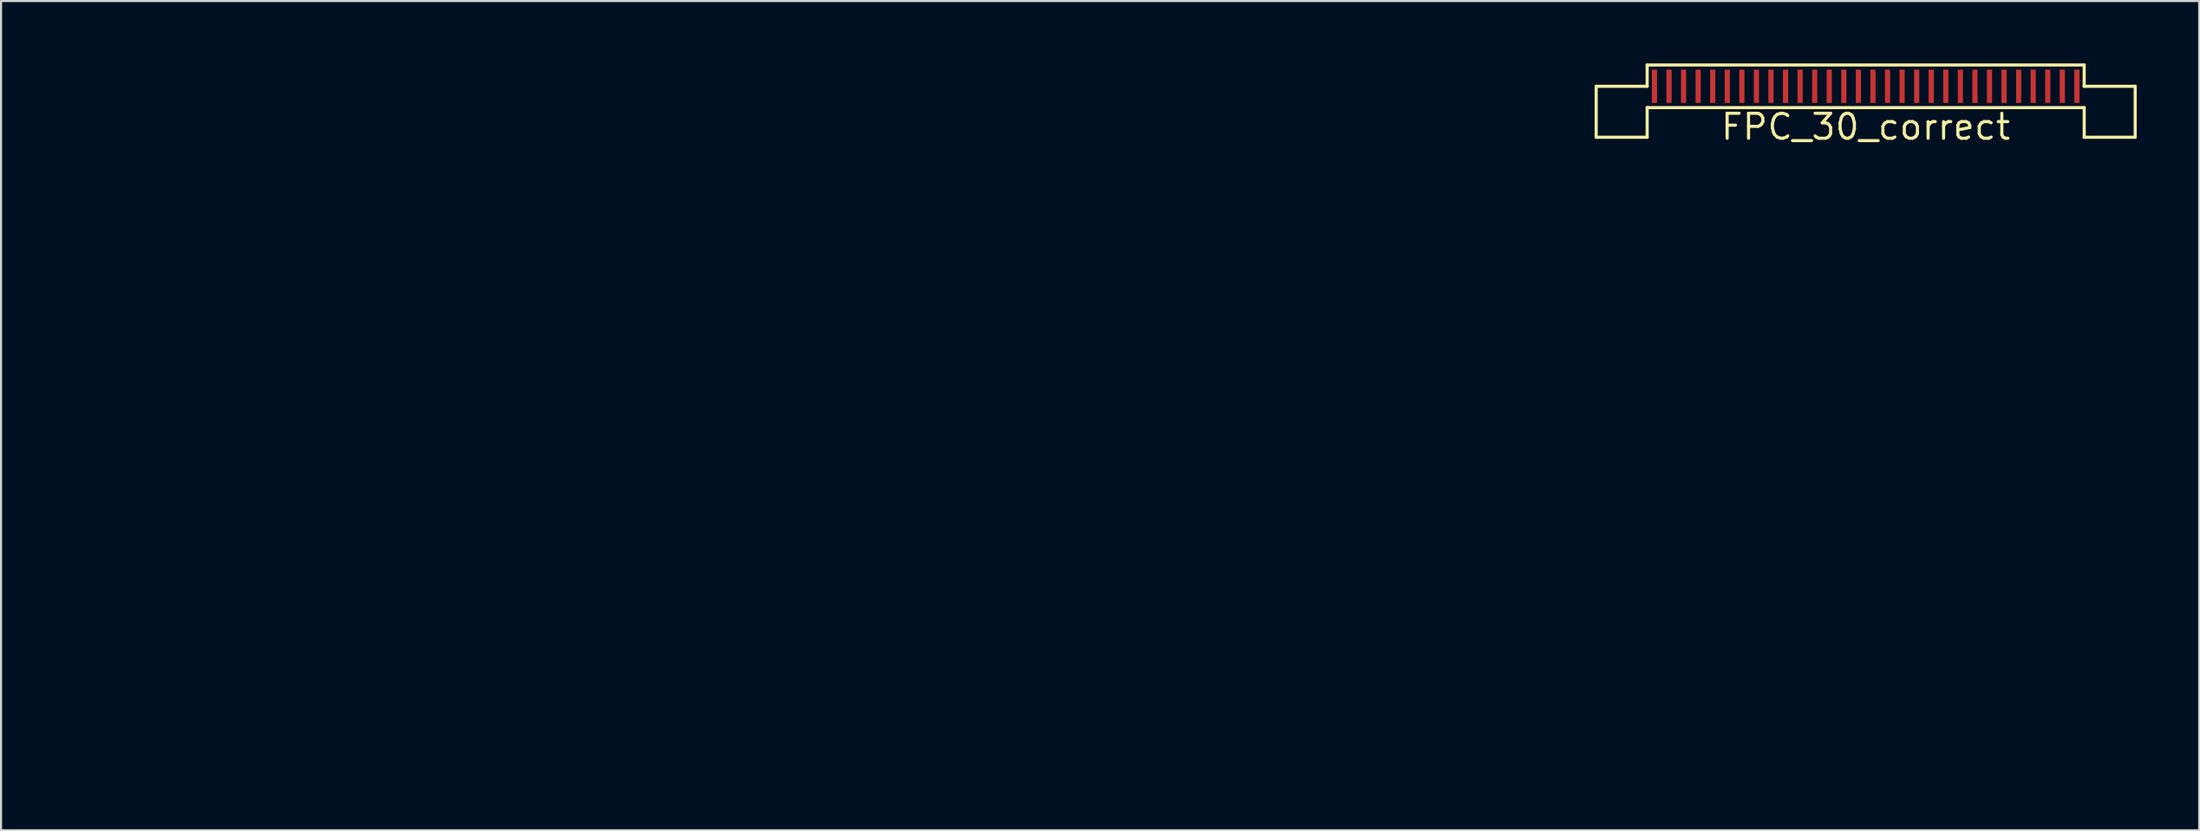
<source format=kicad_pcb>
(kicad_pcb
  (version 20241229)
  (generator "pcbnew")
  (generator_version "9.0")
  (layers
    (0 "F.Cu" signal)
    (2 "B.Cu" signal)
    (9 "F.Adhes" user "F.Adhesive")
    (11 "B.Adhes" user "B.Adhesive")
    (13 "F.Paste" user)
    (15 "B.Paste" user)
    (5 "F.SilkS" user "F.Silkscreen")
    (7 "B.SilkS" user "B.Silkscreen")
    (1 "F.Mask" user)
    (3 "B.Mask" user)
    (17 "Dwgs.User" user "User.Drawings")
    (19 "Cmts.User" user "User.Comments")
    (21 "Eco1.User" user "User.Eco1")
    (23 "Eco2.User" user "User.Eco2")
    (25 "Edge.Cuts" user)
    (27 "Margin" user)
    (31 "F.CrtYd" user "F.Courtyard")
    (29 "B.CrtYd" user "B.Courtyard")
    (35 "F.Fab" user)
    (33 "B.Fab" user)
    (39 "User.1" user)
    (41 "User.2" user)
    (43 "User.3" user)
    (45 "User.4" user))
  (footprint "FPC_30_correct"
    (layer "F.Cu")
    (at 0.25 33.625)
    (property "Reference" "FPC_30_correct" (at 86.35 -30.575 0) (layer "F.SilkS") (effects (font (size 1.2 1.2) (thickness 0.15))))
    (attr through_hole)
    (fp_line (start 73.4 -32.525) (end 75.85 -32.525) (stroke (width 0.15) (type solid)) (layer "F.SilkS"))
    (fp_line (start 73.4 -30.075) (end 73.4 -32.525) (stroke (width 0.15) (type solid)) (layer "F.SilkS"))
    (fp_line (start 75.85 -33.55) (end 96.85 -33.55) (stroke (width 0.15) (type solid)) (layer "F.SilkS"))
    (fp_line (start 75.85 -32.525) (end 75.85 -33.55) (stroke (width 0.15) (type solid)) (layer "F.SilkS"))
    (fp_line (start 75.85 -31.5) (end 75.85 -30.075) (stroke (width 0.15) (type solid)) (layer "F.SilkS"))
    (fp_line (start 75.85 -31.5) (end 96.85 -31.5) (stroke (width 0.15) (type solid)) (layer "F.SilkS"))
    (fp_line (start 75.85 -30.075) (end 73.4 -30.075) (stroke (width 0.15) (type solid)) (layer "F.SilkS"))
    (fp_line (start 96.85 -32.525) (end 96.85 -33.55) (stroke (width 0.15) (type solid)) (layer "F.SilkS"))
    (fp_line (start 96.85 -31.5) (end 96.85 -30.075) (stroke (width 0.15) (type solid)) (layer "F.SilkS"))
    (fp_line (start 96.85 -30.075) (end 99.3 -30.075) (stroke (width 0.15) (type solid)) (layer "F.SilkS"))
    (fp_line (start 99.3 -32.525) (end 96.85 -32.525) (stroke (width 0.15) (type solid)) (layer "F.SilkS"))
    (fp_line (start 99.3 -30.075) (end 99.3 -32.525) (stroke (width 0.15) (type solid)) (layer "F.SilkS"))
    (pad "1" smd rect (at 76.2 -32.525) (size 0.25 1.6) (layers "F.Cu" "F.Mask" "F.Paste"))
    (pad "2" smd rect (at 76.9 -32.525) (size 0.25 1.6) (layers "F.Cu" "F.Mask" "F.Paste"))
    (pad "3" smd rect (at 77.6 -32.525) (size 0.25 1.6) (layers "F.Cu" "F.Mask" "F.Paste"))
    (pad "4" smd rect (at 78.3 -32.525) (size 0.25 1.6) (layers "F.Cu" "F.Mask" "F.Paste"))
    (pad "5" smd rect (at 79 -32.525) (size 0.25 1.6) (layers "F.Cu" "F.Mask" "F.Paste"))
    (pad "6" smd rect (at 79.7 -32.525) (size 0.25 1.6) (layers "F.Cu" "F.Mask" "F.Paste"))
    (pad "7" smd rect (at 80.4 -32.525) (size 0.25 1.6) (layers "F.Cu" "F.Mask" "F.Paste"))
    (pad "8" smd rect (at 81.1 -32.525) (size 0.25 1.6) (layers "F.Cu" "F.Mask" "F.Paste"))
    (pad "9" smd rect (at 81.8 -32.525) (size 0.25 1.6) (layers "F.Cu" "F.Mask" "F.Paste"))
    (pad "10" smd rect (at 82.5 -32.525) (size 0.25 1.6) (layers "F.Cu" "F.Mask" "F.Paste"))
    (pad "11" smd rect (at 83.2 -32.525) (size 0.25 1.6) (layers "F.Cu" "F.Mask" "F.Paste"))
    (pad "12" smd rect (at 83.9 -32.525) (size 0.25 1.6) (layers "F.Cu" "F.Mask" "F.Paste"))
    (pad "13" smd rect (at 84.6 -32.525) (size 0.25 1.6) (layers "F.Cu" "F.Mask" "F.Paste"))
    (pad "14" smd rect (at 85.3 -32.525) (size 0.25 1.6) (layers "F.Cu" "F.Mask" "F.Paste"))
    (pad "15" smd rect (at 86 -32.525) (size 0.25 1.6) (layers "F.Cu" "F.Mask" "F.Paste"))
    (pad "16" smd rect (at 86.7 -32.525) (size 0.25 1.6) (layers "F.Cu" "F.Mask" "F.Paste"))
    (pad "17" smd rect (at 87.4 -32.525) (size 0.25 1.6) (layers "F.Cu" "F.Mask" "F.Paste"))
    (pad "18" smd rect (at 88.1 -32.525) (size 0.25 1.6) (layers "F.Cu" "F.Mask" "F.Paste"))
    (pad "19" smd rect (at 88.8 -32.525) (size 0.25 1.6) (layers "F.Cu" "F.Mask" "F.Paste"))
    (pad "20" smd rect (at 89.5 -32.525) (size 0.25 1.6) (layers "F.Cu" "F.Mask" "F.Paste"))
    (pad "21" smd rect (at 90.2 -32.525) (size 0.25 1.6) (layers "F.Cu" "F.Mask" "F.Paste"))
    (pad "22" smd rect (at 90.9 -32.525) (size 0.25 1.6) (layers "F.Cu" "F.Mask" "F.Paste"))
    (pad "23" smd rect (at 91.6 -32.525) (size 0.25 1.6) (layers "F.Cu" "F.Mask" "F.Paste"))
    (pad "24" smd rect (at 92.3 -32.525) (size 0.25 1.6) (layers "F.Cu" "F.Mask" "F.Paste"))
    (pad "25" smd rect (at 93 -32.525) (size 0.25 1.6) (layers "F.Cu" "F.Mask" "F.Paste"))
    (pad "26" smd rect (at 93.7 -32.525) (size 0.25 1.6) (layers "F.Cu" "F.Mask" "F.Paste"))
    (pad "27" smd rect (at 94.4 -32.525) (size 0.25 1.6) (layers "F.Cu" "F.Mask" "F.Paste"))
    (pad "28" smd rect (at 95.1 -32.525) (size 0.25 1.6) (layers "F.Cu" "F.Mask" "F.Paste"))
    (pad "29" smd rect (at 95.8 -32.525) (size 0.25 1.6) (layers "F.Cu" "F.Mask" "F.Paste"))
    (pad "30" smd rect (at 96.5 -32.525) (size 0.25 1.6) (layers "F.Cu" "F.Mask" "F.Paste")))
  (gr_rect
    (start -3 -3)
    (end 102.625 36.875)
    (stroke (width 0.1) (type default))
    (fill no)
    (layer "Edge.Cuts")))
</source>
